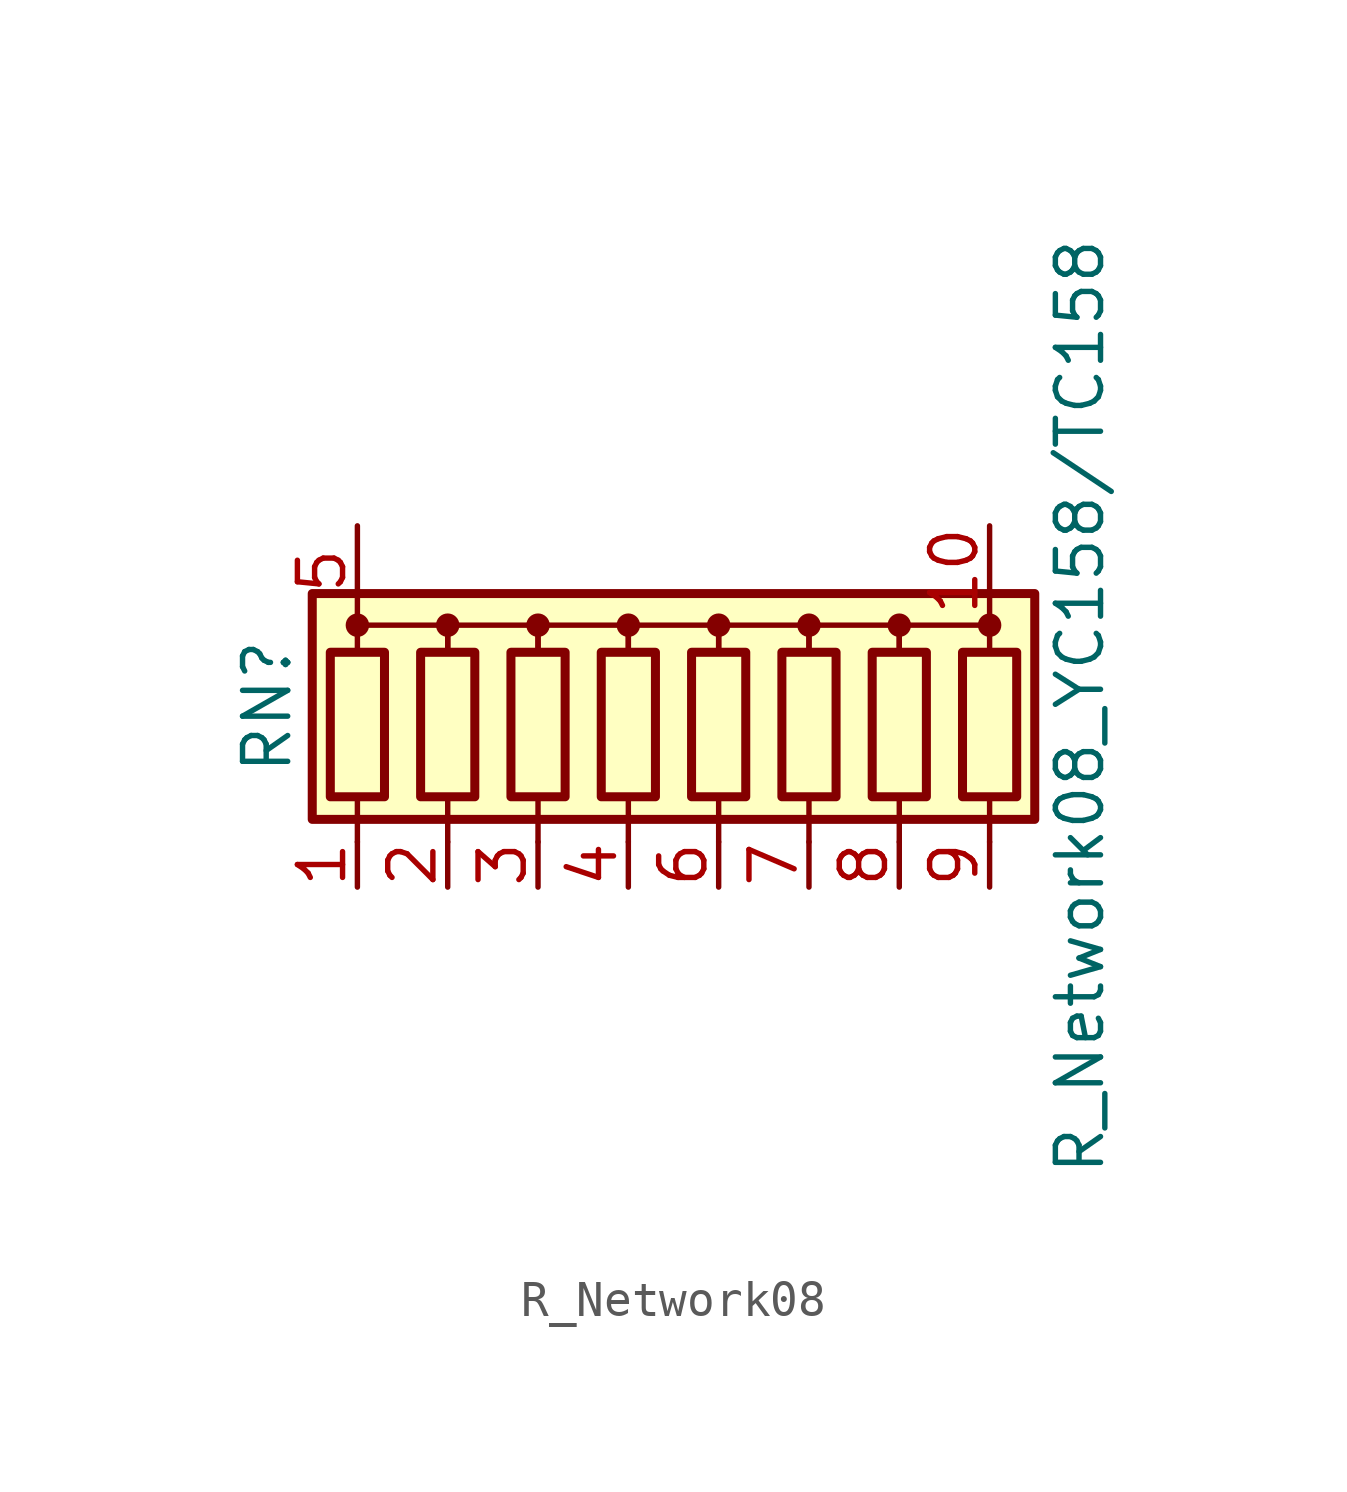
<source format=kicad_sym>
(kicad_symbol_lib
  (version 20220914)
  (generator kicad_symbol_editor)
  (symbol "R_Network08"
    (pin_names
      (offset 0) hide)
    (property "Reference" "RN"
      (at -12.7 0 90)
      (effects (font (size 1.27 1.27))))
    (property "Value" "R_Network08_YC158/TC158"
      (at 10.16 0 90)
      (effects (font (size 1.27 1.27))))
    (symbol "R_Network08_0_1"
      (rectangle (start -11.43 -3.175) (end 8.89 3.175) (stroke (width 0.254) (type default)) (fill (type background)))
      (rectangle (start -10.922 1.524) (end -9.398 -2.54) (stroke (width 0.254) (type default)) (fill (type none)))
      (circle (center -10.16 2.286) (radius 0.254) (stroke (width 0) (type default)) (fill (type outline)))
      (rectangle (start -8.382 1.524) (end -6.858 -2.54) (stroke (width 0.254) (type default)) (fill (type none)))
      (circle (center -7.62 2.286) (radius 0.254) (stroke (width 0) (type default)) (fill (type outline)))
      (rectangle (start -5.842 1.524) (end -4.318 -2.54) (stroke (width 0.254) (type default)) (fill (type none)))
      (circle (center -5.08 2.286) (radius 0.254) (stroke (width 0) (type default)) (fill (type outline)))
      (rectangle (start -3.302 1.524) (end -1.778 -2.54) (stroke (width 0.254) (type default)) (fill (type none)))
      (circle (center -2.54 2.286) (radius 0.254) (stroke (width 0) (type default)) (fill (type outline)))
      (rectangle (start -0.762 1.524) (end 0.762 -2.54) (stroke (width 0.254) (type default)) (fill (type none)))
      (polyline (pts (xy -10.16 -2.54) (xy -10.16 -3.81)) (stroke (width 0) (type default)) (fill (type none)))
      (polyline (pts (xy -7.62 -2.54) (xy -7.62 -3.81)) (stroke (width 0) (type default)) (fill (type none)))
      (polyline (pts (xy -5.08 -2.54) (xy -5.08 -3.81)) (stroke (width 0) (type default)) (fill (type none)))
      (polyline (pts (xy -2.54 -2.54) (xy -2.54 -3.81)) (stroke (width 0) (type default)) (fill (type none)))
      (polyline (pts (xy 0 -2.54) (xy 0 -3.81)) (stroke (width 0) (type default)) (fill (type none)))
      (polyline (pts (xy 2.54 -2.54) (xy 2.54 -3.81)) (stroke (width 0) (type default)) (fill (type none)))
      (polyline (pts (xy 5.08 -2.54) (xy 5.08 -3.81)) (stroke (width 0) (type default)) (fill (type none)))
      (polyline (pts (xy 7.62 -2.54) (xy 7.62 -3.81)) (stroke (width 0) (type default)) (fill (type none)))
      (polyline (pts (xy -10.16 1.524) (xy -10.16 2.286) (xy -7.62 2.286) (xy -7.62 1.524)) (stroke (width 0) (type default)) (fill (type none)))
      (polyline (pts (xy -7.62 1.524) (xy -7.62 2.286) (xy -5.08 2.286) (xy -5.08 1.524)) (stroke (width 0) (type default)) (fill (type none)))
      (polyline (pts (xy -5.08 1.524) (xy -5.08 2.286) (xy -2.54 2.286) (xy -2.54 1.524)) (stroke (width 0) (type default)) (fill (type none)))
      (polyline (pts (xy -2.54 1.524) (xy -2.54 2.286) (xy 0 2.286) (xy 0 1.524)) (stroke (width 0) (type default)) (fill (type none)))
      (polyline (pts (xy 0 1.524) (xy 0 2.286) (xy 2.54 2.286) (xy 2.54 1.524)) (stroke (width 0) (type default)) (fill (type none)))
      (polyline (pts (xy 2.54 1.524) (xy 2.54 2.286) (xy 5.08 2.286) (xy 5.08 1.524)) (stroke (width 0) (type default)) (fill (type none)))
      (polyline (pts (xy 5.08 1.524) (xy 5.08 2.286) (xy 7.62 2.286) (xy 7.62 1.524)) (stroke (width 0) (type default)) (fill (type none)))
      (circle (center 0 2.286) (radius 0.254) (stroke (width 0) (type default)) (fill (type outline)))
      (rectangle (start 1.778 1.524) (end 3.302 -2.54) (stroke (width 0.254) (type default)) (fill (type none)))
      (circle (center 2.54 2.286) (radius 0.254) (stroke (width 0) (type default)) (fill (type outline)))
      (rectangle (start 4.318 1.524) (end 5.842 -2.54) (stroke (width 0.254) (type default)) (fill (type none)))
      (circle (center 5.08 2.286) (radius 0.254) (stroke (width 0) (type default)) (fill (type outline)))
      (rectangle (start 6.858 1.524) (end 8.382 -2.54) (stroke (width 0.254) (type default)) (fill (type none)))
      (circle (center 7.62 2.286) (radius 0.254) (stroke (width 0) (type default)) (fill (type outline))))
    (symbol "R_Network08_1_1"
      (pin passive line (at -10.16 -5.08 90) (length 1.27) (name "R1" (effects (font (size 1.27 1.27)))) (number "1" (effects (font (size 1.27 1.27)))))
      (pin passive line (at 7.62 5.08 270) (length 2.54) (name "common" (effects (font (size 1.27 1.27)))) (number "10" (effects (font (size 1.27 1.27)))))
      (pin passive line (at -7.62 -5.08 90) (length 1.27) (name "R2" (effects (font (size 1.27 1.27)))) (number "2" (effects (font (size 1.27 1.27)))))
      (pin passive line (at -5.08 -5.08 90) (length 1.27) (name "R3" (effects (font (size 1.27 1.27)))) (number "3" (effects (font (size 1.27 1.27)))))
      (pin passive line (at -2.54 -5.08 90) (length 1.27) (name "R4" (effects (font (size 1.27 1.27)))) (number "4" (effects (font (size 1.27 1.27)))))
      (pin passive line (at -10.16 5.08 270) (length 2.54) (name "common" (effects (font (size 1.27 1.27)))) (number "5" (effects (font (size 1.27 1.27)))))
      (pin passive line (at 0 -5.08 90) (length 1.27) (name "R5" (effects (font (size 1.27 1.27)))) (number "6" (effects (font (size 1.27 1.27)))))
      (pin passive line (at 2.54 -5.08 90) (length 1.27) (name "R6" (effects (font (size 1.27 1.27)))) (number "7" (effects (font (size 1.27 1.27)))))
      (pin passive line (at 5.08 -5.08 90) (length 1.27) (name "R7" (effects (font (size 1.27 1.27)))) (number "8" (effects (font (size 1.27 1.27)))))
      (pin passive line (at 7.62 -5.08 90) (length 1.27) (name "R8" (effects (font (size 1.27 1.27)))) (number "9" (effects (font (size 1.27 1.27))))))))
</source>
